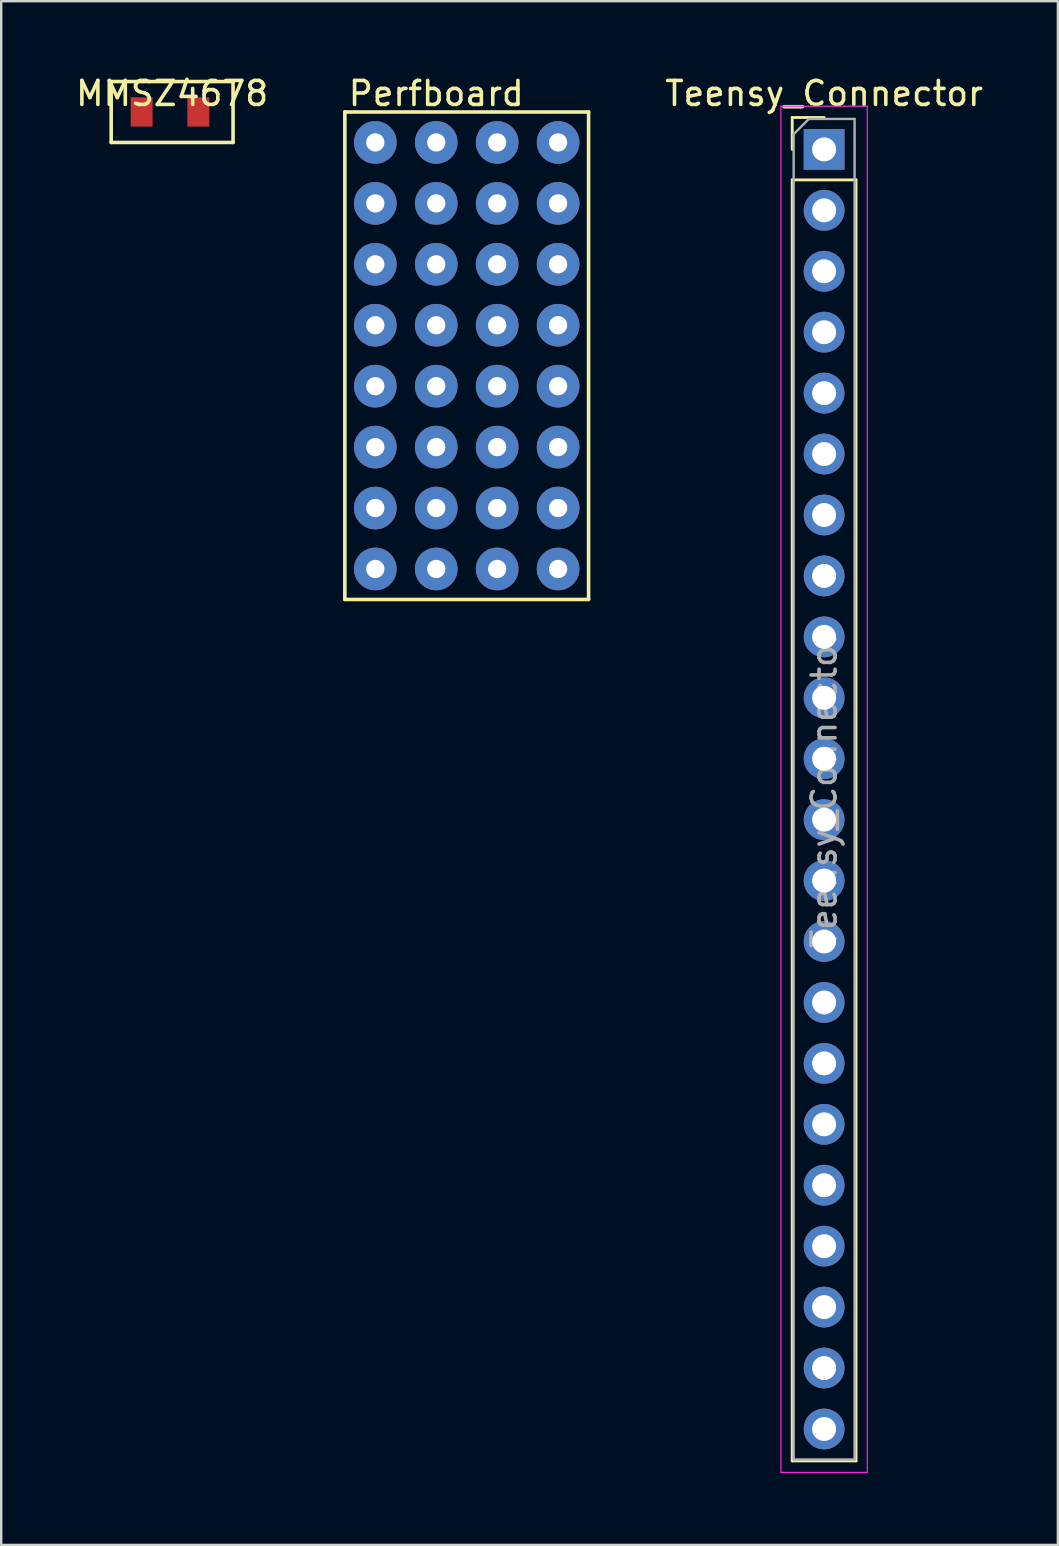
<source format=kicad_pcb>
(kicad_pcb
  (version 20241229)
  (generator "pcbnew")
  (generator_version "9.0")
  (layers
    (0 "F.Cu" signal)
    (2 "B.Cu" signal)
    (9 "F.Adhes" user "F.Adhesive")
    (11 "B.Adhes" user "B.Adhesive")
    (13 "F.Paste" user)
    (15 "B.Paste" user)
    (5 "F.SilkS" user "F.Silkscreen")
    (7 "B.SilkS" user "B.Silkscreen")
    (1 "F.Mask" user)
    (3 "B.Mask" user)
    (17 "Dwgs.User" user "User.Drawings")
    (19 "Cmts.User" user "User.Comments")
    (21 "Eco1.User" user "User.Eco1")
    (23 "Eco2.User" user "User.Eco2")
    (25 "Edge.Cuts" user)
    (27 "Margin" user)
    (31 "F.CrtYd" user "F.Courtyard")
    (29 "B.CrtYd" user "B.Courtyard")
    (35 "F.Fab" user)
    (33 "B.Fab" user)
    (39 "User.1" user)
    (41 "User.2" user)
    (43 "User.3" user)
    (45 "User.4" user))
  (footprint "Perfboard"
    (layer "F.Cu")
    (at 15.135 0.348)
    (property "Reference" "Perfboard" (at 0 0.5 0) (layer "F.SilkS") (effects (font (size 1 1) (thickness 0.15))))
    (attr through_hole)
    (fp_line (start -3.81 1.27) (end -3.81 21.59) (stroke (width 0.15) (type solid)) (layer "F.SilkS"))
    (fp_line (start -3.81 21.59) (end 6.35 21.59) (stroke (width 0.15) (type solid)) (layer "F.SilkS"))
    (fp_line (start 6.35 1.27) (end -3.81 1.27) (stroke (width 0.15) (type solid)) (layer "F.SilkS"))
    (fp_line (start 6.35 21.59) (end 6.35 1.27) (stroke (width 0.15) (type solid)) (layer "F.SilkS"))
    (pad "12" thru_hole circle (at -2.54 5.08) (size 1.778 1.778) (drill 0.762) (layers "*.Cu" "*.Mask"))
    (pad "13" thru_hole circle (at -2.54 7.62) (size 1.778 1.778) (drill 0.762) (layers "*.Cu" "*.Mask"))
    (pad "14" thru_hole circle (at -2.54 10.16) (size 1.778 1.778) (drill 0.762) (layers "*.Cu" "*.Mask"))
    (pad "15" thru_hole circle (at -2.54 12.7) (size 1.778 1.778) (drill 0.762) (layers "*.Cu" "*.Mask"))
    (pad "16" thru_hole circle (at -2.54 15.24) (size 1.778 1.778) (drill 0.762) (layers "*.Cu" "*.Mask"))
    (pad "17" thru_hole circle (at -2.54 17.78) (size 1.778 1.778) (drill 0.762) (layers "*.Cu" "*.Mask"))
    (pad "18" thru_hole circle (at -2.54 20.32) (size 1.778 1.778) (drill 0.762) (layers "*.Cu" "*.Mask"))
    (pad "21" thru_hole circle (at 0 2.54) (size 1.778 1.778) (drill 0.762) (layers "*.Cu" "*.Mask"))
    (pad "22" thru_hole circle (at 0 5.08) (size 1.778 1.778) (drill 0.762) (layers "*.Cu" "*.Mask"))
    (pad "23" thru_hole circle (at 0 7.62) (size 1.778 1.778) (drill 0.762) (layers "*.Cu" "*.Mask"))
    (pad "24" thru_hole circle (at 0 10.16) (size 1.778 1.778) (drill 0.762) (layers "*.Cu" "*.Mask"))
    (pad "25" thru_hole circle (at 0 12.7) (size 1.778 1.778) (drill 0.762) (layers "*.Cu" "*.Mask"))
    (pad "26" thru_hole circle (at 0 15.24) (size 1.778 1.778) (drill 0.762) (layers "*.Cu" "*.Mask"))
    (pad "27" thru_hole circle (at 0 17.78) (size 1.778 1.778) (drill 0.762) (layers "*.Cu" "*.Mask"))
    (pad "28" thru_hole circle (at 0 20.32) (size 1.778 1.778) (drill 0.762) (layers "*.Cu" "*.Mask"))
    (pad "31" thru_hole circle (at 2.54 2.54) (size 1.778 1.778) (drill 0.762) (layers "*.Cu" "*.Mask"))
    (pad "32" thru_hole circle (at 2.54 5.08) (size 1.778 1.778) (drill 0.762) (layers "*.Cu" "*.Mask"))
    (pad "33" thru_hole circle (at 2.54 7.62) (size 1.778 1.778) (drill 0.762) (layers "*.Cu" "*.Mask"))
    (pad "34" thru_hole circle (at 2.54 10.16) (size 1.778 1.778) (drill 0.762) (layers "*.Cu" "*.Mask"))
    (pad "35" thru_hole circle (at 2.54 12.7) (size 1.778 1.778) (drill 0.762) (layers "*.Cu" "*.Mask"))
    (pad "36" thru_hole circle (at 2.54 15.24) (size 1.778 1.778) (drill 0.762) (layers "*.Cu" "*.Mask"))
    (pad "37" thru_hole circle (at 2.54 17.78) (size 1.778 1.778) (drill 0.762) (layers "*.Cu" "*.Mask"))
    (pad "38" thru_hole circle (at 2.54 20.32) (size 1.778 1.778) (drill 0.762) (layers "*.Cu" "*.Mask"))
    (pad "41" thru_hole circle (at 5.08 2.54) (size 1.778 1.778) (drill 0.762) (layers "*.Cu" "*.Mask"))
    (pad "42" thru_hole circle (at 5.08 5.08) (size 1.778 1.778) (drill 0.762) (layers "*.Cu" "*.Mask"))
    (pad "43" thru_hole circle (at 5.08 7.62) (size 1.778 1.778) (drill 0.762) (layers "*.Cu" "*.Mask"))
    (pad "44" thru_hole circle (at 5.08 10.16) (size 1.778 1.778) (drill 0.762) (layers "*.Cu" "*.Mask"))
    (pad "45" thru_hole circle (at 5.08 12.7) (size 1.778 1.778) (drill 0.762) (layers "*.Cu" "*.Mask"))
    (pad "46" thru_hole circle (at 5.08 15.24) (size 1.778 1.778) (drill 0.762) (layers "*.Cu" "*.Mask"))
    (pad "47" thru_hole circle (at 5.08 17.78) (size 1.778 1.778) (drill 0.762) (layers "*.Cu" "*.Mask"))
    (pad "48" thru_hole circle (at 5.08 20.32) (size 1.778 1.778) (drill 0.762) (layers "*.Cu" "*.Mask"))
    (pad "e" thru_hole circle (at -2.54 2.54) (size 1.778 1.778) (drill 0.762) (layers "*.Cu" "*.Mask")))
  (footprint "MMSZ4678"
    (layer "F.Cu")
    (at 4.125 0.348)
    (property "Reference" "MMSZ4678" (at 0 0.5 0) (layer "F.SilkS") (effects (font (size 1 1) (thickness 0.15))))
    (attr through_hole)
    (fp_line (start -2.54 0) (end 2.54 0) (stroke (width 0.15) (type solid)) (layer "F.SilkS"))
    (fp_line (start -2.54 2.54) (end -2.54 0) (stroke (width 0.15) (type solid)) (layer "F.SilkS"))
    (fp_line (start 2.54 0) (end 2.54 2.54) (stroke (width 0.15) (type solid)) (layer "F.SilkS"))
    (fp_line (start 2.54 2.54) (end -2.54 2.54) (stroke (width 0.15) (type solid)) (layer "F.SilkS"))
    (pad "A" smd rect (at 1.092 1.27) (size 0.914 1.219) (layers "F.Cu" "F.Mask" "F.Paste"))
    (pad "K" smd rect (at -1.27 1.27) (size 0.914 1.219) (layers "F.Cu" "F.Mask" "F.Paste")))
  (footprint "Teensy_Connector"
    (layer "F.Cu")
    (at 31.304 3.178)
    (property "Reference" "Teensy_Connector" (at 0 -2.33 0) (layer "F.SilkS") (effects (font (size 1 1) (thickness 0.15))))
    (attr through_hole)
    (fp_line (start -1.33 -1.33) (end 0 -1.33) (stroke (width 0.12) (type solid)) (layer "F.SilkS"))
    (fp_line (start -1.33 0) (end -1.33 -1.33) (stroke (width 0.12) (type solid)) (layer "F.SilkS"))
    (fp_line (start -1.33 1.27) (end -1.33 54.67) (stroke (width 0.12) (type solid)) (layer "F.SilkS"))
    (fp_line (start -1.33 1.27) (end 1.33 1.27) (stroke (width 0.12) (type solid)) (layer "F.SilkS"))
    (fp_line (start -1.33 54.67) (end 1.33 54.67) (stroke (width 0.12) (type solid)) (layer "F.SilkS"))
    (fp_line (start 1.33 1.27) (end 1.33 54.67) (stroke (width 0.12) (type solid)) (layer "F.SilkS"))
    (fp_line (start -1.8 -1.8) (end -1.8 55.15) (stroke (width 0.05) (type solid)) (layer "F.CrtYd"))
    (fp_line (start -1.8 55.15) (end 1.8 55.15) (stroke (width 0.05) (type solid)) (layer "F.CrtYd"))
    (fp_line (start 1.8 -1.8) (end -1.8 -1.8) (stroke (width 0.05) (type solid)) (layer "F.CrtYd"))
    (fp_line (start 1.8 55.15) (end 1.8 -1.8) (stroke (width 0.05) (type solid)) (layer "F.CrtYd"))
    (fp_line (start -1.27 -0.635) (end -0.635 -1.27) (stroke (width 0.1) (type solid)) (layer "F.Fab"))
    (fp_line (start -1.27 54.61) (end -1.27 -0.635) (stroke (width 0.1) (type solid)) (layer "F.Fab"))
    (fp_line (start -0.635 -1.27) (end 1.27 -1.27) (stroke (width 0.1) (type solid)) (layer "F.Fab"))
    (fp_line (start 1.27 -1.27) (end 1.27 54.61) (stroke (width 0.1) (type solid)) (layer "F.Fab"))
    (fp_line (start 1.27 54.61) (end -1.27 54.61) (stroke (width 0.1) (type solid)) (layer "F.Fab"))
    (fp_text user "${REFERENCE}" (at 0 26.67 90) (layer "F.Fab") (effects (font (size 1 1) (thickness 0.15))))
    (pad "3.3V" thru_hole oval (at 0 53.34) (size 1.7 1.7) (drill 1) (layers "*.Cu" "*.Mask"))
    (pad "A0" thru_hole oval (at 0 27.94) (size 1.7 1.7) (drill 1) (layers "*.Cu" "*.Mask"))
    (pad "A1" thru_hole oval (at 0 30.48) (size 1.7 1.7) (drill 1) (layers "*.Cu" "*.Mask"))
    (pad "A2" thru_hole oval (at 0 33.02) (size 1.7 1.7) (drill 1) (layers "*.Cu" "*.Mask"))
    (pad "A3" thru_hole oval (at 0 35.56) (size 1.7 1.7) (drill 1) (layers "*.Cu" "*.Mask"))
    (pad "A4" thru_hole oval (at 0 38.1) (size 1.7 1.7) (drill 1) (layers "*.Cu" "*.Mask"))
    (pad "A5" thru_hole oval (at 0 40.64) (size 1.7 1.7) (drill 1) (layers "*.Cu" "*.Mask"))
    (pad "A6" thru_hole oval (at 0 43.18) (size 1.7 1.7) (drill 1) (layers "*.Cu" "*.Mask"))
    (pad "A7" thru_hole oval (at 0 45.72) (size 1.7 1.7) (drill 1) (layers "*.Cu" "*.Mask"))
    (pad "A8" thru_hole oval (at 0 48.26) (size 1.7 1.7) (drill 1) (layers "*.Cu" "*.Mask"))
    (pad "A9" thru_hole oval (at 0 50.8) (size 1.7 1.7) (drill 1) (layers "*.Cu" "*.Mask"))
    (pad "A16" thru_hole oval (at 0 5.08) (size 1.7 1.7) (drill 1) (layers "*.Cu" "*.Mask"))
    (pad "A17" thru_hole oval (at 0 7.62) (size 1.7 1.7) (drill 1) (layers "*.Cu" "*.Mask"))
    (pad "A18" thru_hole oval (at 0 10.16) (size 1.7 1.7) (drill 1) (layers "*.Cu" "*.Mask"))
    (pad "A19" thru_hole oval (at 0 12.7) (size 1.7 1.7) (drill 1) (layers "*.Cu" "*.Mask"))
    (pad "A20" thru_hole oval (at 0 15.24) (size 1.7 1.7) (drill 1) (layers "*.Cu" "*.Mask"))
    (pad "A21" thru_hole oval (at 0 17.78) (size 1.7 1.7) (drill 1) (layers "*.Cu" "*.Mask"))
    (pad "A22" thru_hole oval (at 0 20.32) (size 1.7 1.7) (drill 1) (layers "*.Cu" "*.Mask"))
    (pad "D13" thru_hole oval (at 0 25.4) (size 1.7 1.7) (drill 1) (layers "*.Cu" "*.Mask"))
    (pad "GND" thru_hole oval (at 0 22.86) (size 1.7 1.7) (drill 1) (layers "*.Cu" "*.Mask"))
    (pad "RX5" thru_hole oval (at 0 2.54) (size 1.7 1.7) (drill 1) (layers "*.Cu" "*.Mask"))
    (pad "TX5" thru_hole rect (at 0 0) (size 1.7 1.7) (drill 1) (layers "*.Cu" "*.Mask")))
  (gr_rect
    (start -3 -3)
    (end 41.048 61.353)
    (stroke (width 0.1) (type default))
    (fill no)
    (layer "Edge.Cuts")))
</source>
